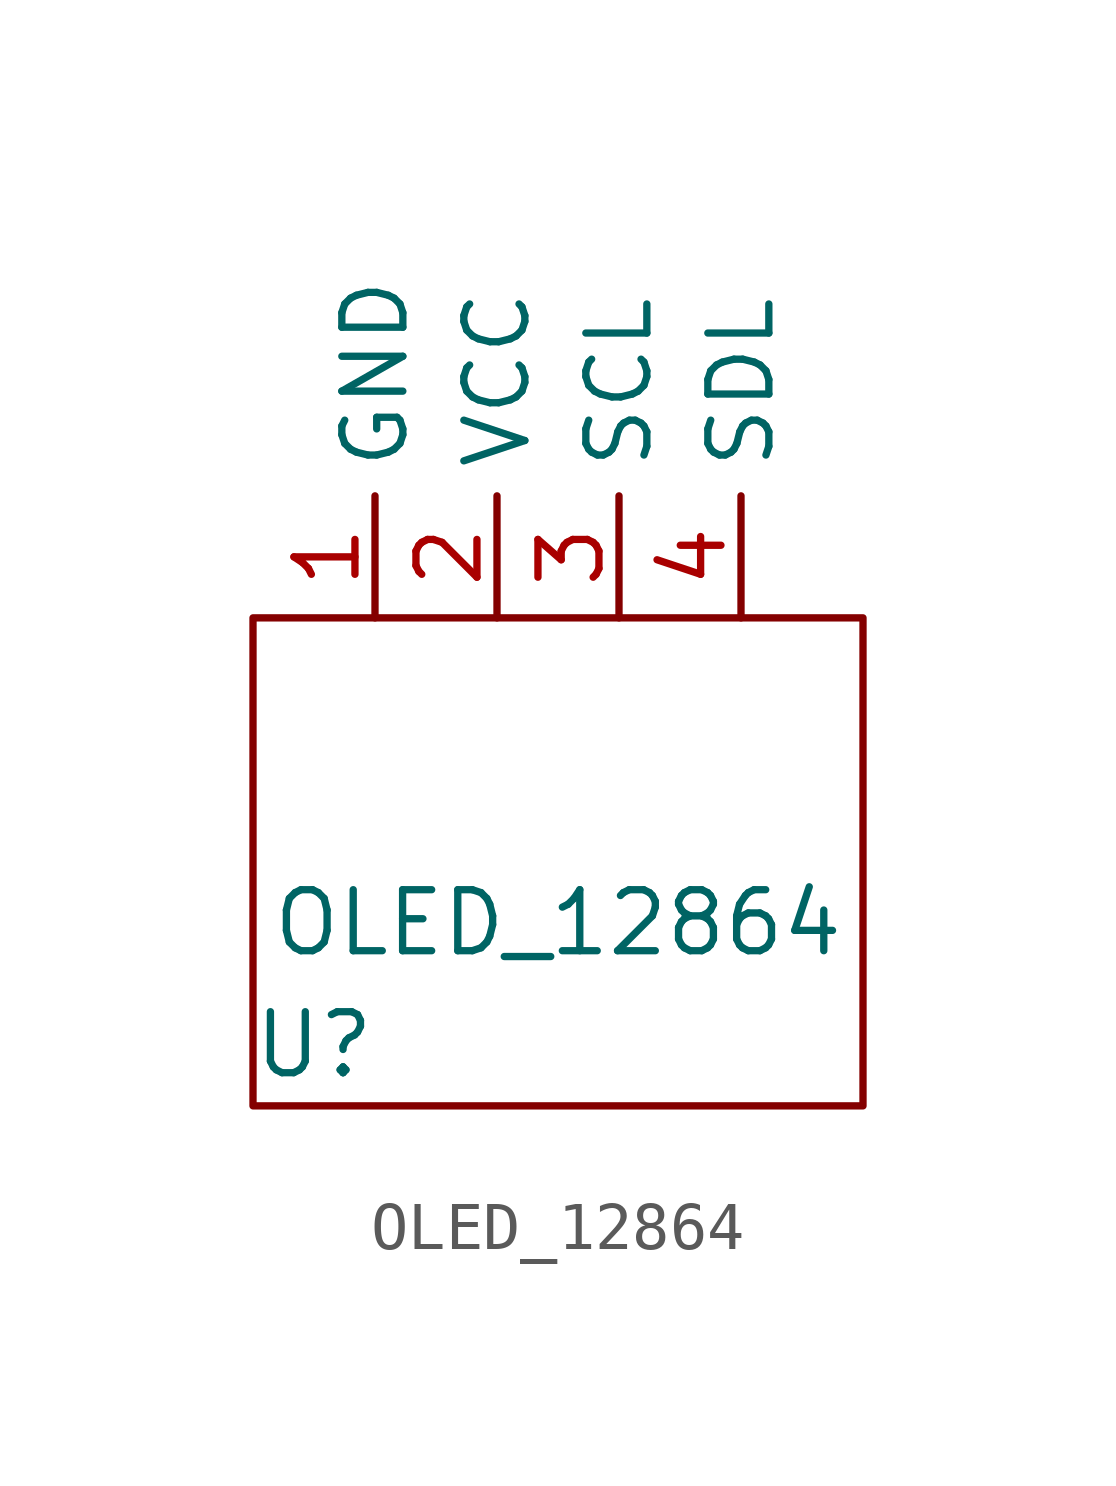
<source format=kicad_sym>
(kicad_symbol_lib
  (version 20211014)
  (generator kicad_symbol_editor)
  (symbol "OLED_12864"
    (property "Reference" "U"
      (at 1.27 -8.89 0)
      (effects (font (size 1.27 1.27))))
    (property "Value" "OLED_12864"
      (at 6.35 -6.35 0)
      (effects (font (size 1.27 1.27))))
    (symbol "OLED_12864_0_1"
      (rectangle (start 0 0) (end 12.7 -10.16) (stroke (width 0) (type default) (color 0 0 0 0)) (fill (type none))))
    (symbol "OLED_12864_1_1"
      (pin power_in line (at 2.54 0 90) (length 2.54) (name "GND" (effects (font (size 1.27 1.27)))) (number "1" (effects (font (size 1.27 1.27)))))
      (pin power_in line (at 5.08 0 90) (length 2.54) (name "VCC" (effects (font (size 1.27 1.27)))) (number "2" (effects (font (size 1.27 1.27)))))
      (pin input line (at 7.62 0 90) (length 2.54) (name "SCL" (effects (font (size 1.27 1.27)))) (number "3" (effects (font (size 1.27 1.27)))))
      (pin input line (at 10.16 0 90) (length 2.54) (name "SDL" (effects (font (size 1.27 1.27)))) (number "4" (effects (font (size 1.27 1.27))))))))
</source>
